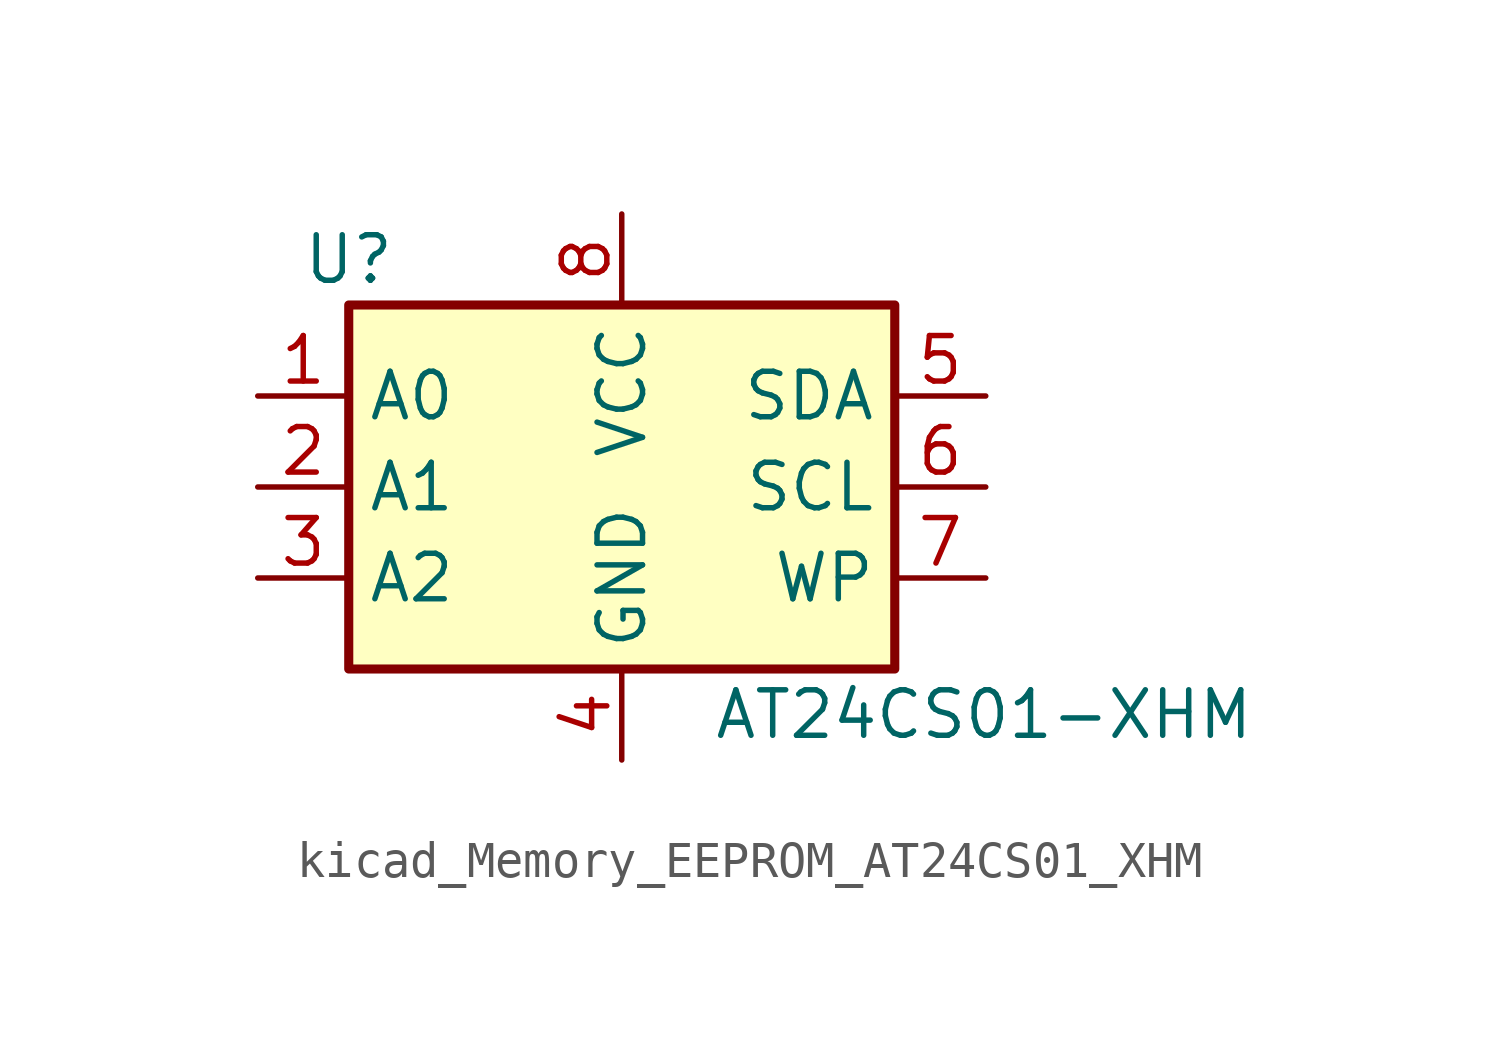
<source format=kicad_sym>
(kicad_symbol_lib
  (version 20220914)
  (generator kicad_symbol_editor)
  (symbol "kicad_Memory_EEPROM_AT24CS01_XHM"
    (property "Reference" "U"
      (at -7.62 6.35 0)
      (effects (font (size 1.27 1.27))))
    (property "Value" "AT24CS01-XHM"
      (at 2.54 -6.35 0)
      (effects (font (size 1.27 1.27)) (justify left)))
    (symbol "kicad_Memory_EEPROM_AT24CS01_XHM_1_1"
      (rectangle (start -7.62 5.08) (end 7.62 -5.08) (stroke (width 0.254) (type default)) (fill (type background)))
      (pin input line (at -10.16 2.54 0) (length 2.54) (name "A0" (effects (font (size 1.27 1.27)))) (number "1" (effects (font (size 1.27 1.27)))))
      (pin input line (at -10.16 0 0) (length 2.54) (name "A1" (effects (font (size 1.27 1.27)))) (number "2" (effects (font (size 1.27 1.27)))))
      (pin input line (at -10.16 -2.54 0) (length 2.54) (name "A2" (effects (font (size 1.27 1.27)))) (number "3" (effects (font (size 1.27 1.27)))))
      (pin power_in line (at 0 -7.62 90) (length 2.54) (name "GND" (effects (font (size 1.27 1.27)))) (number "4" (effects (font (size 1.27 1.27)))))
      (pin bidirectional line (at 10.16 2.54 180) (length 2.54) (name "SDA" (effects (font (size 1.27 1.27)))) (number "5" (effects (font (size 1.27 1.27)))))
      (pin input line (at 10.16 0 180) (length 2.54) (name "SCL" (effects (font (size 1.27 1.27)))) (number "6" (effects (font (size 1.27 1.27)))))
      (pin input line (at 10.16 -2.54 180) (length 2.54) (name "WP" (effects (font (size 1.27 1.27)))) (number "7" (effects (font (size 1.27 1.27)))))
      (pin power_in line (at 0 7.62 270) (length 2.54) (name "VCC" (effects (font (size 1.27 1.27)))) (number "8" (effects (font (size 1.27 1.27))))))))
</source>
